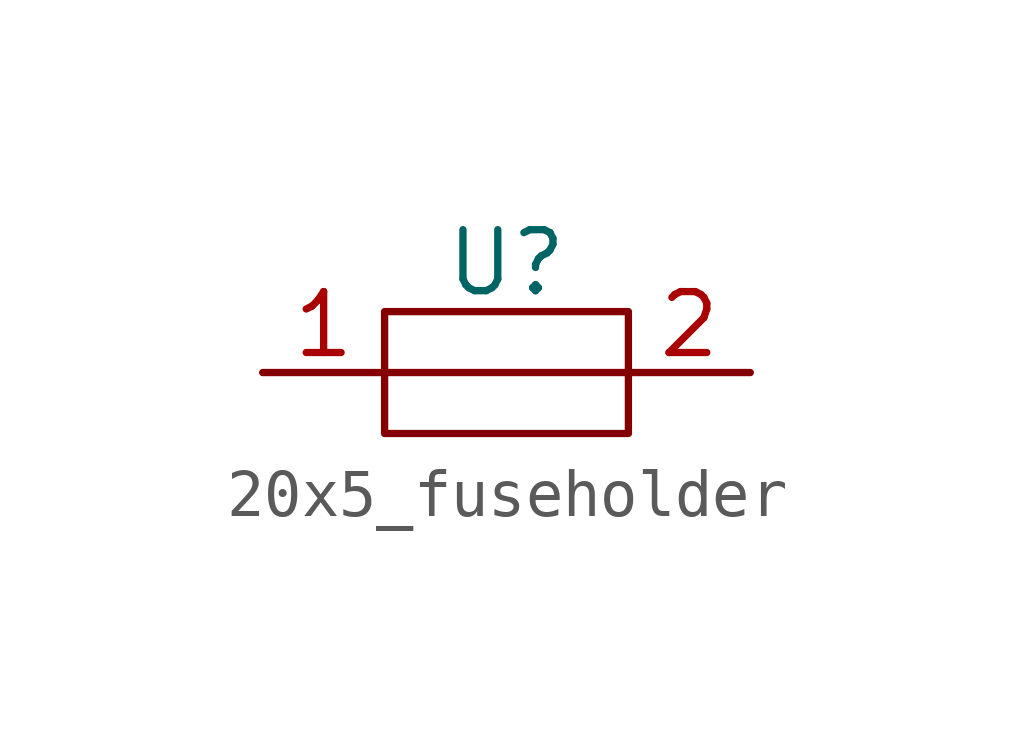
<source format=kicad_sym>
(kicad_symbol_lib
  (version 20241209)
  (generator "kicad_symbol_editor")
  (generator_version "9.0")
  (symbol "20x5_fuseholder"
    (property "Reference" "U"
      (at 0 2.286 0)
      (effects (font (size 1.27 1.27))))
    (property "Value" ""
      (at 0 0 0)
      (effects (font (size 1.27 1.27))))
    (symbol "20x5_fuseholder_0_1"
      (polyline (pts (xy -2.54 1.27) (xy -2.54 -1.27) (xy 2.54 -1.27) (xy 2.54 1.27) (xy -2.54 1.27) (xy -2.54 0) (xy 2.54 0)) (stroke (width 0) (type default)) (fill (type none))))
    (symbol "20x5_fuseholder_1_1"
      (pin bidirectional line (at -5.08 0 0) (length 2.54) (name "" (effects (font (size 1.27 1.27)))) (number "1" (effects (font (size 1.27 1.27)))))
      (pin bidirectional line (at 5.08 0 180) (length 2.54) (name "" (effects (font (size 1.27 1.27)))) (number "2" (effects (font (size 1.27 1.27))))))))
</source>
